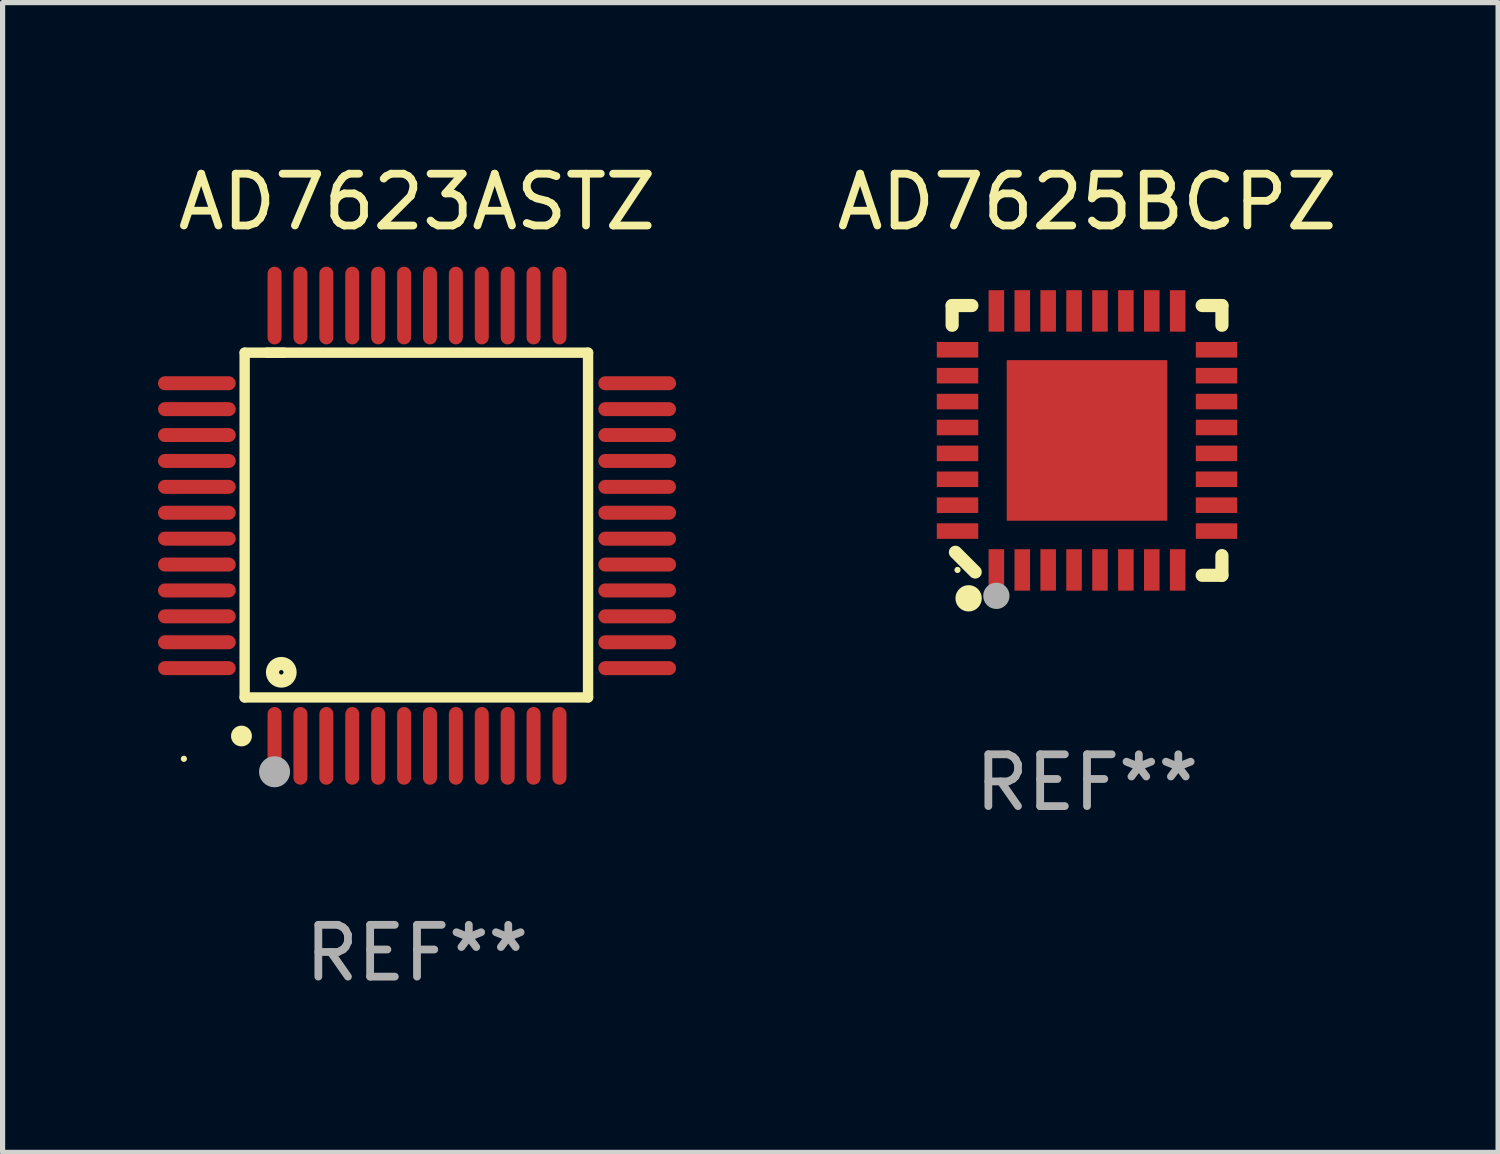
<source format=kicad_pcb>
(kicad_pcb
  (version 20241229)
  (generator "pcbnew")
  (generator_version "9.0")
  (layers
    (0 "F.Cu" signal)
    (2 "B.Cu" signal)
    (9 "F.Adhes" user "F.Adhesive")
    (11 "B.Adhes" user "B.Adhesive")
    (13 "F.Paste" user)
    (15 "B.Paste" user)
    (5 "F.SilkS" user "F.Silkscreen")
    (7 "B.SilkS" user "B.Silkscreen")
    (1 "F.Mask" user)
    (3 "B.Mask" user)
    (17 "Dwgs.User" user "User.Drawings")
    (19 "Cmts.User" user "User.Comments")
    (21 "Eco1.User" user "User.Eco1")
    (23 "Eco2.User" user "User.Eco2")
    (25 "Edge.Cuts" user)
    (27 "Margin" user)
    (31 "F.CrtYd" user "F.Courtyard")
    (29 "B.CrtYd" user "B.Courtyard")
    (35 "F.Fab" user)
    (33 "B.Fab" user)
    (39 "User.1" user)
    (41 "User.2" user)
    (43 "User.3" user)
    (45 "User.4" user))
  (footprint "AD7625BCPZ"
    (layer "F.Cu")
    (at 17.934 5.452)
    (property "Reference" "AD7625BCPZ" (at 0 -4.604 0) (layer "F.SilkS") (effects (font (size 1 1) (thickness 0.15))))
    (attr through_hole)
    (fp_line (start -2.604 -2.604) (end -2.604 -2.223) (stroke (width 0.254) (type solid)) (layer "F.SilkS"))
    (fp_line (start -2.54 2.159) (end -2.159 2.54) (stroke (width 0.254) (type solid)) (layer "F.SilkS"))
    (fp_line (start -2.223 -2.604) (end -2.604 -2.604) (stroke (width 0.254) (type solid)) (layer "F.SilkS"))
    (fp_line (start 2.223 2.604) (end 2.604 2.604) (stroke (width 0.254) (type solid)) (layer "F.SilkS"))
    (fp_line (start 2.604 -2.604) (end 2.223 -2.604) (stroke (width 0.254) (type solid)) (layer "F.SilkS"))
    (fp_line (start 2.604 -2.223) (end 2.604 -2.604) (stroke (width 0.254) (type solid)) (layer "F.SilkS"))
    (fp_line (start 2.604 2.604) (end 2.604 2.223) (stroke (width 0.254) (type solid)) (layer "F.SilkS"))
    (fp_circle (center -2.5 2.5) (end -2.47 2.5) (stroke (width 0.06) (type solid)) (fill no) (layer "F.SilkS"))
    (fp_circle (center -2.286 3.048) (end -2.159 3.048) (stroke (width 0.254) (type solid)) (fill no) (layer "F.SilkS"))
    (fp_circle (center -1.75 3) (end -1.623 3) (stroke (width 0.254) (type solid)) (fill no) (layer "F.Fab"))
    (fp_text user "REF**" (at 0 6.604 0) (layer "F.Fab") (effects (font (size 1 1) (thickness 0.15))))
    (pad "1" smd rect (at -1.75 2.5) (size 0.3 0.8) (layers "F.Cu" "F.Mask" "F.Paste"))
    (pad "2" smd rect (at -1.25 2.5) (size 0.3 0.8) (layers "F.Cu" "F.Mask" "F.Paste"))
    (pad "3" smd rect (at -0.75 2.5) (size 0.3 0.8) (layers "F.Cu" "F.Mask" "F.Paste"))
    (pad "4" smd rect (at -0.25 2.5) (size 0.3 0.8) (layers "F.Cu" "F.Mask" "F.Paste"))
    (pad "5" smd rect (at 0.25 2.5) (size 0.3 0.8) (layers "F.Cu" "F.Mask" "F.Paste"))
    (pad "6" smd rect (at 0.75 2.5) (size 0.3 0.8) (layers "F.Cu" "F.Mask" "F.Paste"))
    (pad "7" smd rect (at 1.25 2.5) (size 0.3 0.8) (layers "F.Cu" "F.Mask" "F.Paste"))
    (pad "8" smd rect (at 1.75 2.5) (size 0.3 0.8) (layers "F.Cu" "F.Mask" "F.Paste"))
    (pad "9" smd rect (at 2.5 1.75) (size 0.8 0.3) (layers "F.Cu" "F.Mask" "F.Paste"))
    (pad "10" smd rect (at 2.5 1.25) (size 0.8 0.3) (layers "F.Cu" "F.Mask" "F.Paste"))
    (pad "11" smd rect (at 2.5 0.75) (size 0.8 0.3) (layers "F.Cu" "F.Mask" "F.Paste"))
    (pad "12" smd rect (at 2.5 0.25) (size 0.8 0.3) (layers "F.Cu" "F.Mask" "F.Paste"))
    (pad "13" smd rect (at 2.5 -0.25) (size 0.8 0.3) (layers "F.Cu" "F.Mask" "F.Paste"))
    (pad "14" smd rect (at 2.5 -0.75) (size 0.8 0.3) (layers "F.Cu" "F.Mask" "F.Paste"))
    (pad "15" smd rect (at 2.5 -1.25) (size 0.8 0.3) (layers "F.Cu" "F.Mask" "F.Paste"))
    (pad "16" smd rect (at 2.5 -1.75) (size 0.8 0.3) (layers "F.Cu" "F.Mask" "F.Paste"))
    (pad "17" smd rect (at 1.75 -2.5) (size 0.3 0.8) (layers "F.Cu" "F.Mask" "F.Paste"))
    (pad "18" smd rect (at 1.25 -2.5) (size 0.3 0.8) (layers "F.Cu" "F.Mask" "F.Paste"))
    (pad "19" smd rect (at 0.75 -2.5) (size 0.3 0.8) (layers "F.Cu" "F.Mask" "F.Paste"))
    (pad "20" smd rect (at 0.25 -2.5) (size 0.3 0.8) (layers "F.Cu" "F.Mask" "F.Paste"))
    (pad "21" smd rect (at -0.25 -2.5) (size 0.3 0.8) (layers "F.Cu" "F.Mask" "F.Paste"))
    (pad "22" smd rect (at -0.75 -2.5) (size 0.3 0.8) (layers "F.Cu" "F.Mask" "F.Paste"))
    (pad "23" smd rect (at -1.25 -2.5) (size 0.3 0.8) (layers "F.Cu" "F.Mask" "F.Paste"))
    (pad "24" smd rect (at -1.75 -2.5) (size 0.3 0.8) (layers "F.Cu" "F.Mask" "F.Paste"))
    (pad "25" smd rect (at -2.5 -1.75) (size 0.8 0.3) (layers "F.Cu" "F.Mask" "F.Paste"))
    (pad "26" smd rect (at -2.5 -1.25) (size 0.8 0.3) (layers "F.Cu" "F.Mask" "F.Paste"))
    (pad "27" smd rect (at -2.5 -0.75) (size 0.8 0.3) (layers "F.Cu" "F.Mask" "F.Paste"))
    (pad "28" smd rect (at -2.5 -0.25) (size 0.8 0.3) (layers "F.Cu" "F.Mask" "F.Paste"))
    (pad "29" smd rect (at -2.5 0.25) (size 0.8 0.3) (layers "F.Cu" "F.Mask" "F.Paste"))
    (pad "30" smd rect (at -2.5 0.75) (size 0.8 0.3) (layers "F.Cu" "F.Mask" "F.Paste"))
    (pad "31" smd rect (at -2.5 1.25) (size 0.8 0.3) (layers "F.Cu" "F.Mask" "F.Paste"))
    (pad "32" smd rect (at -2.5 1.75) (size 0.8 0.3) (layers "F.Cu" "F.Mask" "F.Paste"))
    (pad "33" smd rect (at 0 -0.000025) (size 3.1 3.1) (layers "F.Cu" "F.Mask" "F.Paste")))
  (footprint "AD7623ASTZ"
    (layer "F.Cu")
    (at 5 7.098)
    (property "Reference" "AD7623ASTZ" (at 0 -6.25 0) (layer "F.SilkS") (effects (font (size 1 1) (thickness 0.15))))
    (attr through_hole)
    (fp_line (start -3.327 -3.34) (end -2.565 -3.34) (stroke (width 0.2) (type solid)) (layer "F.SilkS"))
    (fp_line (start -3.327 3.315) (end -3.327 -3.34) (stroke (width 0.2) (type solid)) (layer "F.SilkS"))
    (fp_line (start -2.896 -3.34) (end 3.302 -3.34) (stroke (width 0.2) (type solid)) (layer "F.SilkS"))
    (fp_line (start 3.302 -3.34) (end 3.302 3.315) (stroke (width 0.2) (type solid)) (layer "F.SilkS"))
    (fp_line (start 3.302 3.315) (end -3.327 3.315) (stroke (width 0.2) (type solid)) (layer "F.SilkS"))
    (fp_arc (start -3.389992 4.059995) (mid -3.388722 4.059991) (end -3.387452 4.059995) (stroke (width 0.4) (type solid)) (layer "F.SilkS"))
    (fp_circle (center -4.5 4.5) (end -4.47 4.5) (stroke (width 0.06) (type solid)) (fill no) (layer "F.SilkS"))
    (fp_circle (center -2.62 2.83) (end -2.45 2.83) (stroke (width 0.254) (type solid)) (fill no) (layer "F.SilkS"))
    (fp_circle (center -2.75 4.75) (end -2.6 4.75) (stroke (width 0.3) (type solid)) (fill no) (layer "F.Fab"))
    (fp_text user "REF**" (at 0 8.25 0) (layer "F.Fab") (effects (font (size 1 1) (thickness 0.15))))
    (pad "1" smd oval (at -2.75 4.25) (size 0.27 1.5) (layers "F.Cu" "F.Mask" "F.Paste"))
    (pad "2" smd oval (at -2.25 4.25) (size 0.27 1.5) (layers "F.Cu" "F.Mask" "F.Paste"))
    (pad "3" smd oval (at -1.75 4.25) (size 0.27 1.5) (layers "F.Cu" "F.Mask" "F.Paste"))
    (pad "4" smd oval (at -1.25 4.25) (size 0.27 1.5) (layers "F.Cu" "F.Mask" "F.Paste"))
    (pad "5" smd oval (at -0.75 4.25) (size 0.27 1.5) (layers "F.Cu" "F.Mask" "F.Paste"))
    (pad "6" smd oval (at -0.25 4.25) (size 0.27 1.5) (layers "F.Cu" "F.Mask" "F.Paste"))
    (pad "7" smd oval (at 0.25 4.25) (size 0.27 1.5) (layers "F.Cu" "F.Mask" "F.Paste"))
    (pad "8" smd oval (at 0.75 4.25) (size 0.27 1.5) (layers "F.Cu" "F.Mask" "F.Paste"))
    (pad "9" smd oval (at 1.25 4.25) (size 0.27 1.5) (layers "F.Cu" "F.Mask" "F.Paste"))
    (pad "10" smd oval (at 1.75 4.25) (size 0.27 1.5) (layers "F.Cu" "F.Mask" "F.Paste"))
    (pad "11" smd oval (at 2.25 4.25) (size 0.27 1.5) (layers "F.Cu" "F.Mask" "F.Paste"))
    (pad "12" smd oval (at 2.75 4.25) (size 0.27 1.5) (layers "F.Cu" "F.Mask" "F.Paste"))
    (pad "13" smd oval (at 4.25 2.75) (size 1.5 0.27) (layers "F.Cu" "F.Mask" "F.Paste"))
    (pad "14" smd oval (at 4.25 2.25) (size 1.5 0.27) (layers "F.Cu" "F.Mask" "F.Paste"))
    (pad "15" smd oval (at 4.25 1.75) (size 1.5 0.27) (layers "F.Cu" "F.Mask" "F.Paste"))
    (pad "16" smd oval (at 4.25 1.25) (size 1.5 0.27) (layers "F.Cu" "F.Mask" "F.Paste"))
    (pad "17" smd oval (at 4.25 0.75) (size 1.5 0.27) (layers "F.Cu" "F.Mask" "F.Paste"))
    (pad "18" smd oval (at 4.25 0.25) (size 1.5 0.27) (layers "F.Cu" "F.Mask" "F.Paste"))
    (pad "19" smd oval (at 4.25 -0.25) (size 1.5 0.27) (layers "F.Cu" "F.Mask" "F.Paste"))
    (pad "20" smd oval (at 4.25 -0.75) (size 1.5 0.27) (layers "F.Cu" "F.Mask" "F.Paste"))
    (pad "21" smd oval (at 4.25 -1.25) (size 1.5 0.27) (layers "F.Cu" "F.Mask" "F.Paste"))
    (pad "22" smd oval (at 4.25 -1.75) (size 1.5 0.27) (layers "F.Cu" "F.Mask" "F.Paste"))
    (pad "23" smd oval (at 4.25 -2.25) (size 1.5 0.27) (layers "F.Cu" "F.Mask" "F.Paste"))
    (pad "24" smd oval (at 4.25 -2.75) (size 1.5 0.27) (layers "F.Cu" "F.Mask" "F.Paste"))
    (pad "25" smd oval (at 2.75 -4.25) (size 0.27 1.5) (layers "F.Cu" "F.Mask" "F.Paste"))
    (pad "26" smd oval (at 2.25 -4.25) (size 0.27 1.5) (layers "F.Cu" "F.Mask" "F.Paste"))
    (pad "27" smd oval (at 1.75 -4.25) (size 0.27 1.5) (layers "F.Cu" "F.Mask" "F.Paste"))
    (pad "28" smd oval (at 1.25 -4.25) (size 0.27 1.5) (layers "F.Cu" "F.Mask" "F.Paste"))
    (pad "29" smd oval (at 0.75 -4.25) (size 0.27 1.5) (layers "F.Cu" "F.Mask" "F.Paste"))
    (pad "30" smd oval (at 0.25 -4.25) (size 0.27 1.5) (layers "F.Cu" "F.Mask" "F.Paste"))
    (pad "31" smd oval (at -0.25 -4.25) (size 0.27 1.5) (layers "F.Cu" "F.Mask" "F.Paste"))
    (pad "32" smd oval (at -0.75 -4.25) (size 0.27 1.5) (layers "F.Cu" "F.Mask" "F.Paste"))
    (pad "33" smd oval (at -1.25 -4.25) (size 0.27 1.5) (layers "F.Cu" "F.Mask" "F.Paste"))
    (pad "34" smd oval (at -1.75 -4.25) (size 0.27 1.5) (layers "F.Cu" "F.Mask" "F.Paste"))
    (pad "35" smd oval (at -2.25 -4.25) (size 0.27 1.5) (layers "F.Cu" "F.Mask" "F.Paste"))
    (pad "36" smd oval (at -2.75 -4.25) (size 0.27 1.5) (layers "F.Cu" "F.Mask" "F.Paste"))
    (pad "37" smd oval (at -4.25 -2.75) (size 1.5 0.27) (layers "F.Cu" "F.Mask" "F.Paste"))
    (pad "38" smd oval (at -4.25 -2.25) (size 1.5 0.27) (layers "F.Cu" "F.Mask" "F.Paste"))
    (pad "39" smd oval (at -4.25 -1.75) (size 1.5 0.27) (layers "F.Cu" "F.Mask" "F.Paste"))
    (pad "40" smd oval (at -4.25 -1.25) (size 1.5 0.27) (layers "F.Cu" "F.Mask" "F.Paste"))
    (pad "41" smd oval (at -4.25 -0.75) (size 1.5 0.27) (layers "F.Cu" "F.Mask" "F.Paste"))
    (pad "42" smd oval (at -4.25 -0.25) (size 1.5 0.27) (layers "F.Cu" "F.Mask" "F.Paste"))
    (pad "43" smd oval (at -4.25 0.25) (size 1.5 0.27) (layers "F.Cu" "F.Mask" "F.Paste"))
    (pad "44" smd oval (at -4.25 0.75) (size 1.5 0.27) (layers "F.Cu" "F.Mask" "F.Paste"))
    (pad "45" smd oval (at -4.25 1.25) (size 1.5 0.27) (layers "F.Cu" "F.Mask" "F.Paste"))
    (pad "46" smd oval (at -4.25 1.75) (size 1.5 0.27) (layers "F.Cu" "F.Mask" "F.Paste"))
    (pad "47" smd oval (at -4.25 2.25) (size 1.5 0.27) (layers "F.Cu" "F.Mask" "F.Paste"))
    (pad "48" smd oval (at -4.25 2.75) (size 1.5 0.27) (layers "F.Cu" "F.Mask" "F.Paste")))
  (gr_rect
    (start -3 -3)
    (end 25.869 19.196)
    (stroke (width 0.1) (type default))
    (fill no)
    (layer "Edge.Cuts")))
</source>
